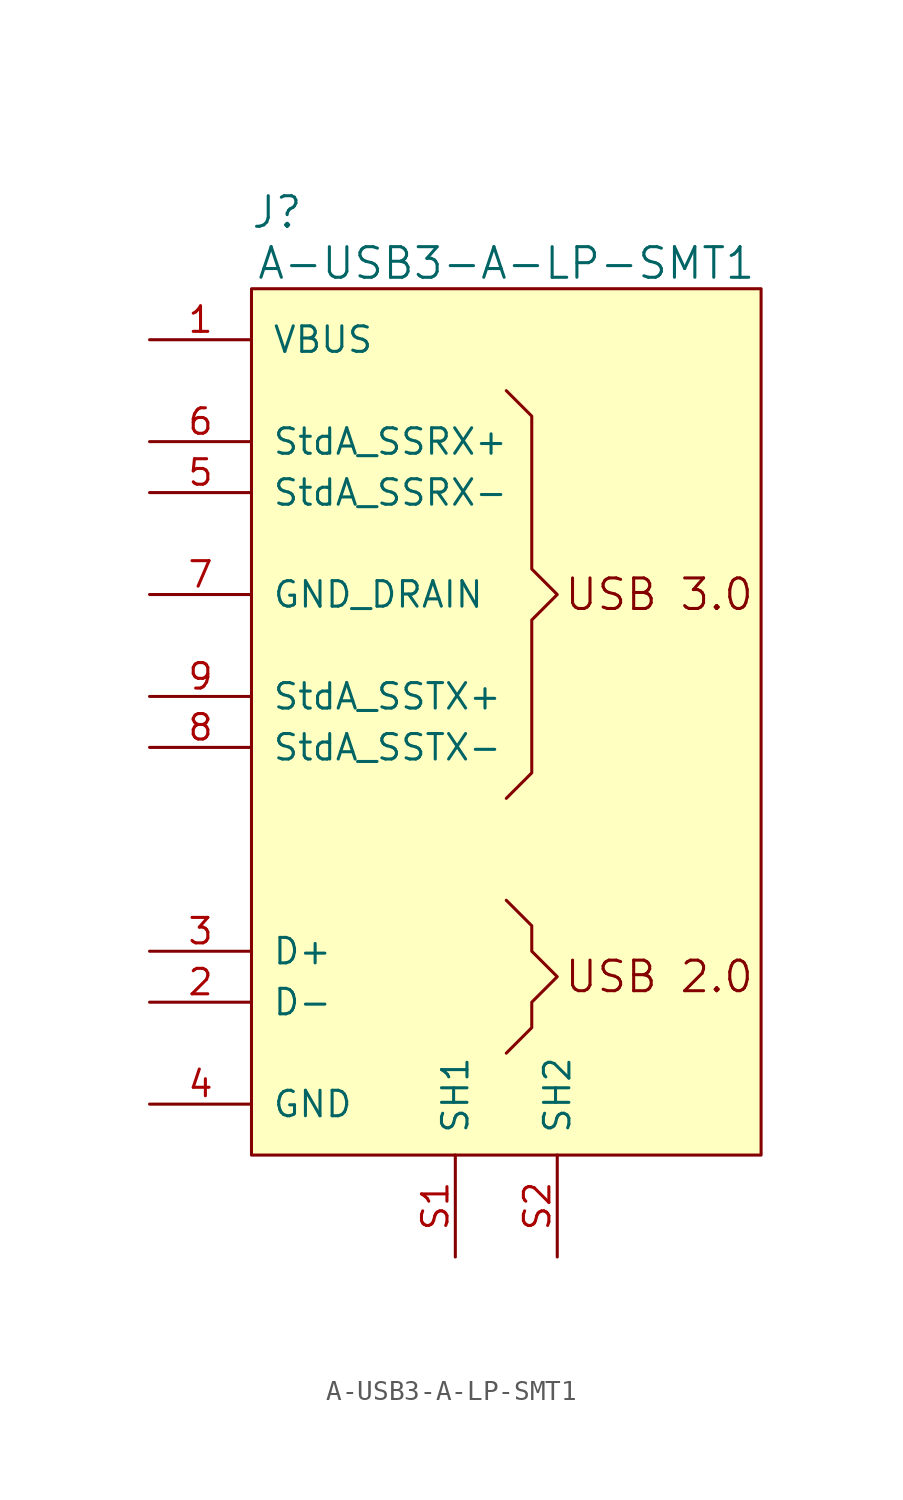
<source format=kicad_sym>
(kicad_symbol_lib
  (version 20220102)
  (generator kicad_symbol_editor)
  (symbol "A-USB3-A-LP-SMT1"
    (pin_names
      (offset 1.016))
    (property "Reference" "J"
      (at -11.43 17.78 0)
      (effects (font (size 1.524 1.524))))
    (property "Value" "A-USB3-A-LP-SMT1"
      (at 0 15.24 0)
      (effects (font (size 1.524 1.524))))
    (symbol "A-USB3-A-LP-SMT1_0_0"
      (polyline (pts (xy 0 -16.51) (xy 1.27 -17.78) (xy 1.27 -19.05) (xy 2.54 -20.32) (xy 1.27 -21.59) (xy 1.27 -22.86) (xy 0 -24.13)) (stroke (width 0) (type default)) (fill (type none)))
      (text "USB 2.0" (at 7.62 -20.32 0) (effects (font (size 1.524 1.524))))
      (text "USB 3.0" (at 7.62 -1.27 0) (effects (font (size 1.524 1.524)))))
    (symbol "A-USB3-A-LP-SMT1_0_1"
      (rectangle (start -12.7 13.97) (end 12.7 -29.21) (stroke (width 0) (type default)) (fill (type background)))
      (polyline (pts (xy 0 8.89) (xy 1.27 7.62) (xy 1.27 0) (xy 2.54 -1.27) (xy 1.27 -2.54) (xy 1.27 -10.16) (xy 0 -11.43)) (stroke (width 0) (type default)) (fill (type none))))
    (symbol "A-USB3-A-LP-SMT1_1_1"
      (pin input line (at -17.78 11.43 0) (length 5.08) (name "VBUS" (effects (font (size 1.27 1.27)))) (number "1" (effects (font (size 1.27 1.27)))))
      (pin bidirectional line (at -17.78 -21.59 0) (length 5.08) (name "D-" (effects (font (size 1.27 1.27)))) (number "2" (effects (font (size 1.27 1.27)))))
      (pin bidirectional line (at -17.78 -19.05 0) (length 5.08) (name "D+" (effects (font (size 1.27 1.27)))) (number "3" (effects (font (size 1.27 1.27)))))
      (pin power_in line (at -17.78 -26.67 0) (length 5.08) (name "GND" (effects (font (size 1.27 1.27)))) (number "4" (effects (font (size 1.27 1.27)))))
      (pin input line (at -17.78 3.81 0) (length 5.08) (name "StdA_SSRX-" (effects (font (size 1.27 1.27)))) (number "5" (effects (font (size 1.27 1.27)))))
      (pin input line (at -17.78 6.35 0) (length 5.08) (name "StdA_SSRX+" (effects (font (size 1.27 1.27)))) (number "6" (effects (font (size 1.27 1.27)))))
      (pin input line (at -17.78 -1.27 0) (length 5.08) (name "GND_DRAIN" (effects (font (size 1.27 1.27)))) (number "7" (effects (font (size 1.27 1.27)))))
      (pin output line (at -17.78 -8.89 0) (length 5.08) (name "StdA_SSTX-" (effects (font (size 1.27 1.27)))) (number "8" (effects (font (size 1.27 1.27)))))
      (pin output line (at -17.78 -6.35 0) (length 5.08) (name "StdA_SSTX+" (effects (font (size 1.27 1.27)))) (number "9" (effects (font (size 1.27 1.27)))))
      (pin passive line (at -2.54 -34.29 90) (length 5.08) (name "SH1" (effects (font (size 1.27 1.27)))) (number "S1" (effects (font (size 1.27 1.27)))))
      (pin passive line (at 2.54 -34.29 90) (length 5.08) (name "SH2" (effects (font (size 1.27 1.27)))) (number "S2" (effects (font (size 1.27 1.27))))))))
</source>
